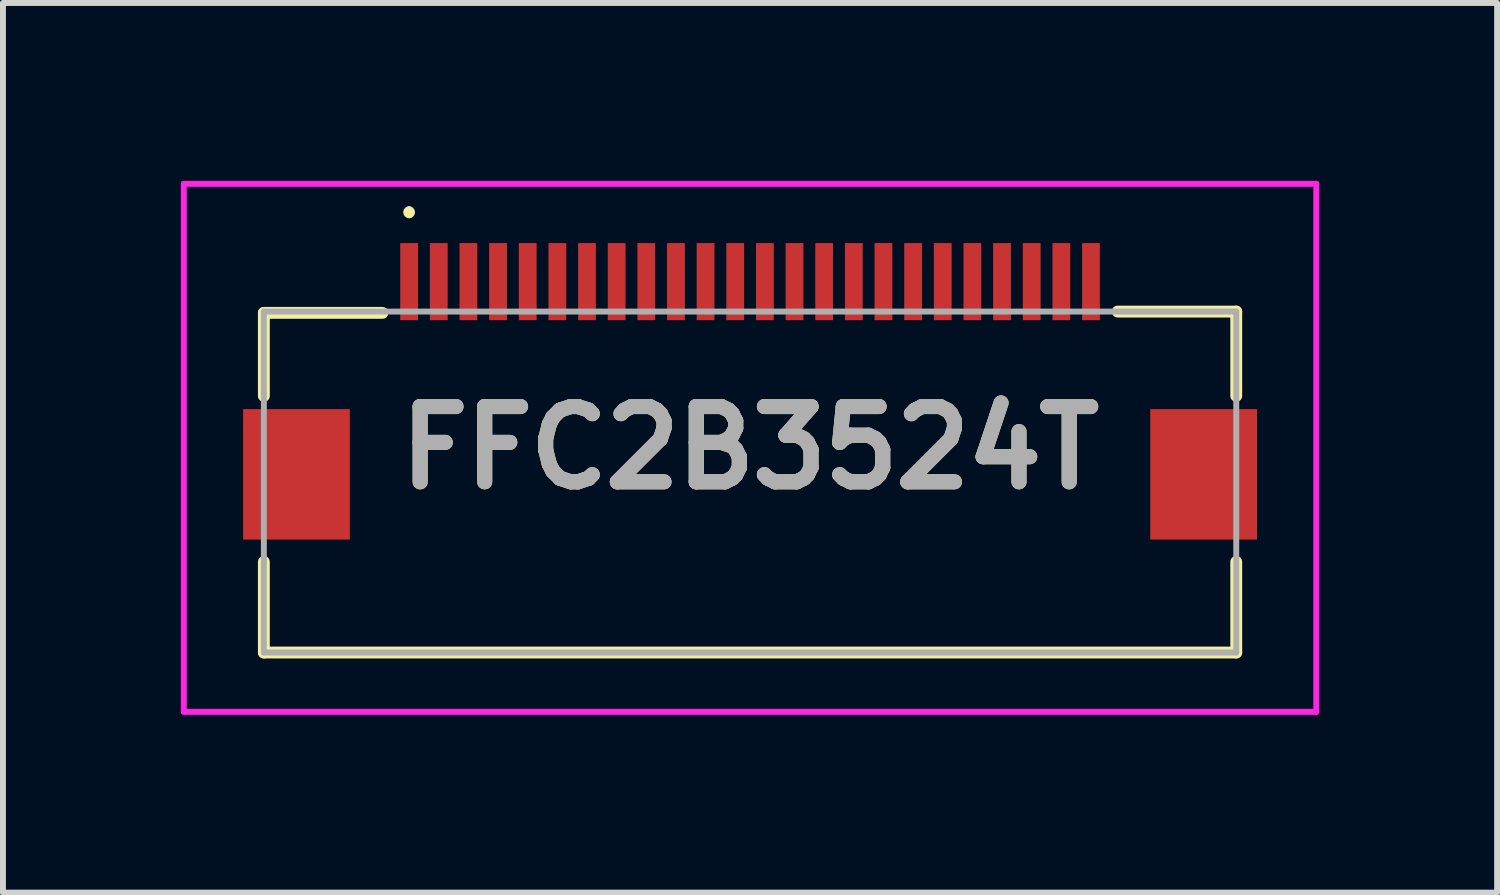
<source format=kicad_pcb>
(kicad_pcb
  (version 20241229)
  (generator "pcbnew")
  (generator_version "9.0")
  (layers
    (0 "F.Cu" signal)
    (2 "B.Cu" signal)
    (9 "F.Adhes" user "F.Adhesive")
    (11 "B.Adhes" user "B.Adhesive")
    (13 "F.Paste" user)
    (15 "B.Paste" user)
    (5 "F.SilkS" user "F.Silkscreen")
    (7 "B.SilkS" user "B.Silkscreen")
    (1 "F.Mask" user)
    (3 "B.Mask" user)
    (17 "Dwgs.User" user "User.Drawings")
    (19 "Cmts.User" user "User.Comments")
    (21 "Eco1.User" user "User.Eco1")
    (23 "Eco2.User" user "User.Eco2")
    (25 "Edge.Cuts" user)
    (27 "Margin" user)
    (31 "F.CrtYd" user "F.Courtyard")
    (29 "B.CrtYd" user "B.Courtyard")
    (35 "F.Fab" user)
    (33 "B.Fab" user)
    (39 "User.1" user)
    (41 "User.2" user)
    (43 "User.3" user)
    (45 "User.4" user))
  (footprint "FFC2B3524T"
    (layer "F.Cu")
    (at 9.6 5.08)
    (property "Reference" "FFC2B3524T" (at 0 -0.578 0) (layer "F.SilkS") (effects (font (size 1.27 1.27) (thickness 0.254))))
    (attr smd)
    (fp_line (start -8.2 -2.853) (end -8.2 -1.453) (stroke (width 0.2) (type solid)) (layer "F.SilkS"))
    (fp_line (start -8.2 1.347) (end -8.2 2.875) (stroke (width 0.2) (type solid)) (layer "F.SilkS"))
    (fp_line (start -8.2 2.875) (end 8.2 2.875) (stroke (width 0.2) (type solid)) (layer "F.SilkS"))
    (fp_line (start -6.2 -2.853) (end -8.2 -2.853) (stroke (width 0.2) (type solid)) (layer "F.SilkS"))
    (fp_line (start -5.75 -4.6) (end -5.75 -4.6) (stroke (width 0.1) (type solid)) (layer "F.SilkS"))
    (fp_line (start -5.75 -4.5) (end -5.75 -4.5) (stroke (width 0.1) (type solid)) (layer "F.SilkS"))
    (fp_line (start 6.2 -2.875) (end 8.2 -2.875) (stroke (width 0.2) (type solid)) (layer "F.SilkS"))
    (fp_line (start 8.2 -2.875) (end 8.2 -1.453) (stroke (width 0.2) (type solid)) (layer "F.SilkS"))
    (fp_line (start 8.2 2.875) (end 8.2 1.347) (stroke (width 0.2) (type solid)) (layer "F.SilkS"))
    (fp_arc (start -5.75 -4.6) (mid -5.7 -4.55) (end -5.75 -4.5) (stroke (width 0.1) (type solid)) (layer "F.SilkS"))
    (fp_arc (start -5.75 -4.5) (mid -5.8 -4.55) (end -5.75 -4.6) (stroke (width 0.1) (type solid)) (layer "F.SilkS"))
    (fp_line (start -9.55 -5.03) (end 9.55 -5.03) (stroke (width 0.1) (type solid)) (layer "F.CrtYd"))
    (fp_line (start -9.55 3.875) (end -9.55 -5.03) (stroke (width 0.1) (type solid)) (layer "F.CrtYd"))
    (fp_line (start 9.55 -5.03) (end 9.55 3.875) (stroke (width 0.1) (type solid)) (layer "F.CrtYd"))
    (fp_line (start 9.55 3.875) (end -9.55 3.875) (stroke (width 0.1) (type solid)) (layer "F.CrtYd"))
    (fp_line (start -8.2 -2.875) (end -8.2 2.875) (stroke (width 0.1) (type solid)) (layer "F.Fab"))
    (fp_line (start -8.2 2.875) (end 8.2 2.875) (stroke (width 0.1) (type solid)) (layer "F.Fab"))
    (fp_line (start 8.2 -2.875) (end -8.2 -2.875) (stroke (width 0.1) (type solid)) (layer "F.Fab"))
    (fp_line (start 8.2 2.875) (end 8.2 -2.875) (stroke (width 0.1) (type solid)) (layer "F.Fab"))
    (fp_text user "${REFERENCE}" (at 0 -0.578 0) (layer "F.Fab") (effects (font (size 1.27 1.27) (thickness 0.254))))
    (pad "1" smd rect (at -5.75 -3.38) (size 0.3 1.3) (layers "F.Cu" "F.Mask" "F.Paste"))
    (pad "2" smd rect (at -5.25 -3.38) (size 0.3 1.3) (layers "F.Cu" "F.Mask" "F.Paste"))
    (pad "3" smd rect (at -4.75 -3.38) (size 0.3 1.3) (layers "F.Cu" "F.Mask" "F.Paste"))
    (pad "4" smd rect (at -4.25 -3.38) (size 0.3 1.3) (layers "F.Cu" "F.Mask" "F.Paste"))
    (pad "5" smd rect (at -3.75 -3.38) (size 0.3 1.3) (layers "F.Cu" "F.Mask" "F.Paste"))
    (pad "6" smd rect (at -3.25 -3.38) (size 0.3 1.3) (layers "F.Cu" "F.Mask" "F.Paste"))
    (pad "7" smd rect (at -2.75 -3.38) (size 0.3 1.3) (layers "F.Cu" "F.Mask" "F.Paste"))
    (pad "8" smd rect (at -2.25 -3.38) (size 0.3 1.3) (layers "F.Cu" "F.Mask" "F.Paste"))
    (pad "9" smd rect (at -1.75 -3.38) (size 0.3 1.3) (layers "F.Cu" "F.Mask" "F.Paste"))
    (pad "10" smd rect (at -1.25 -3.38) (size 0.3 1.3) (layers "F.Cu" "F.Mask" "F.Paste"))
    (pad "11" smd rect (at -0.75 -3.38) (size 0.3 1.3) (layers "F.Cu" "F.Mask" "F.Paste"))
    (pad "12" smd rect (at -0.25 -3.38) (size 0.3 1.3) (layers "F.Cu" "F.Mask" "F.Paste"))
    (pad "13" smd rect (at 0.25 -3.38) (size 0.3 1.3) (layers "F.Cu" "F.Mask" "F.Paste"))
    (pad "14" smd rect (at 0.75 -3.38) (size 0.3 1.3) (layers "F.Cu" "F.Mask" "F.Paste"))
    (pad "15" smd rect (at 1.25 -3.38) (size 0.3 1.3) (layers "F.Cu" "F.Mask" "F.Paste"))
    (pad "16" smd rect (at 1.75 -3.38) (size 0.3 1.3) (layers "F.Cu" "F.Mask" "F.Paste"))
    (pad "17" smd rect (at 2.25 -3.38) (size 0.3 1.3) (layers "F.Cu" "F.Mask" "F.Paste"))
    (pad "18" smd rect (at 2.75 -3.38) (size 0.3 1.3) (layers "F.Cu" "F.Mask" "F.Paste"))
    (pad "19" smd rect (at 3.25 -3.38) (size 0.3 1.3) (layers "F.Cu" "F.Mask" "F.Paste"))
    (pad "20" smd rect (at 3.75 -3.38) (size 0.3 1.3) (layers "F.Cu" "F.Mask" "F.Paste"))
    (pad "21" smd rect (at 4.25 -3.38) (size 0.3 1.3) (layers "F.Cu" "F.Mask" "F.Paste"))
    (pad "22" smd rect (at 4.75 -3.38) (size 0.3 1.3) (layers "F.Cu" "F.Mask" "F.Paste"))
    (pad "23" smd rect (at 5.25 -3.38) (size 0.3 1.3) (layers "F.Cu" "F.Mask" "F.Paste"))
    (pad "24" smd rect (at 5.75 -3.38) (size 0.3 1.3) (layers "F.Cu" "F.Mask" "F.Paste"))
    (pad "MP1" smd rect (at -7.65 -0.13) (size 1.8 2.2) (layers "F.Cu" "F.Mask" "F.Paste"))
    (pad "MP2" smd rect (at 7.65 -0.13) (size 1.8 2.2) (layers "F.Cu" "F.Mask" "F.Paste")))
  (gr_rect
    (start -3 -3)
    (end 22.2 12.005)
    (stroke (width 0.1) (type default))
    (fill no)
    (layer "Edge.Cuts")))
</source>
